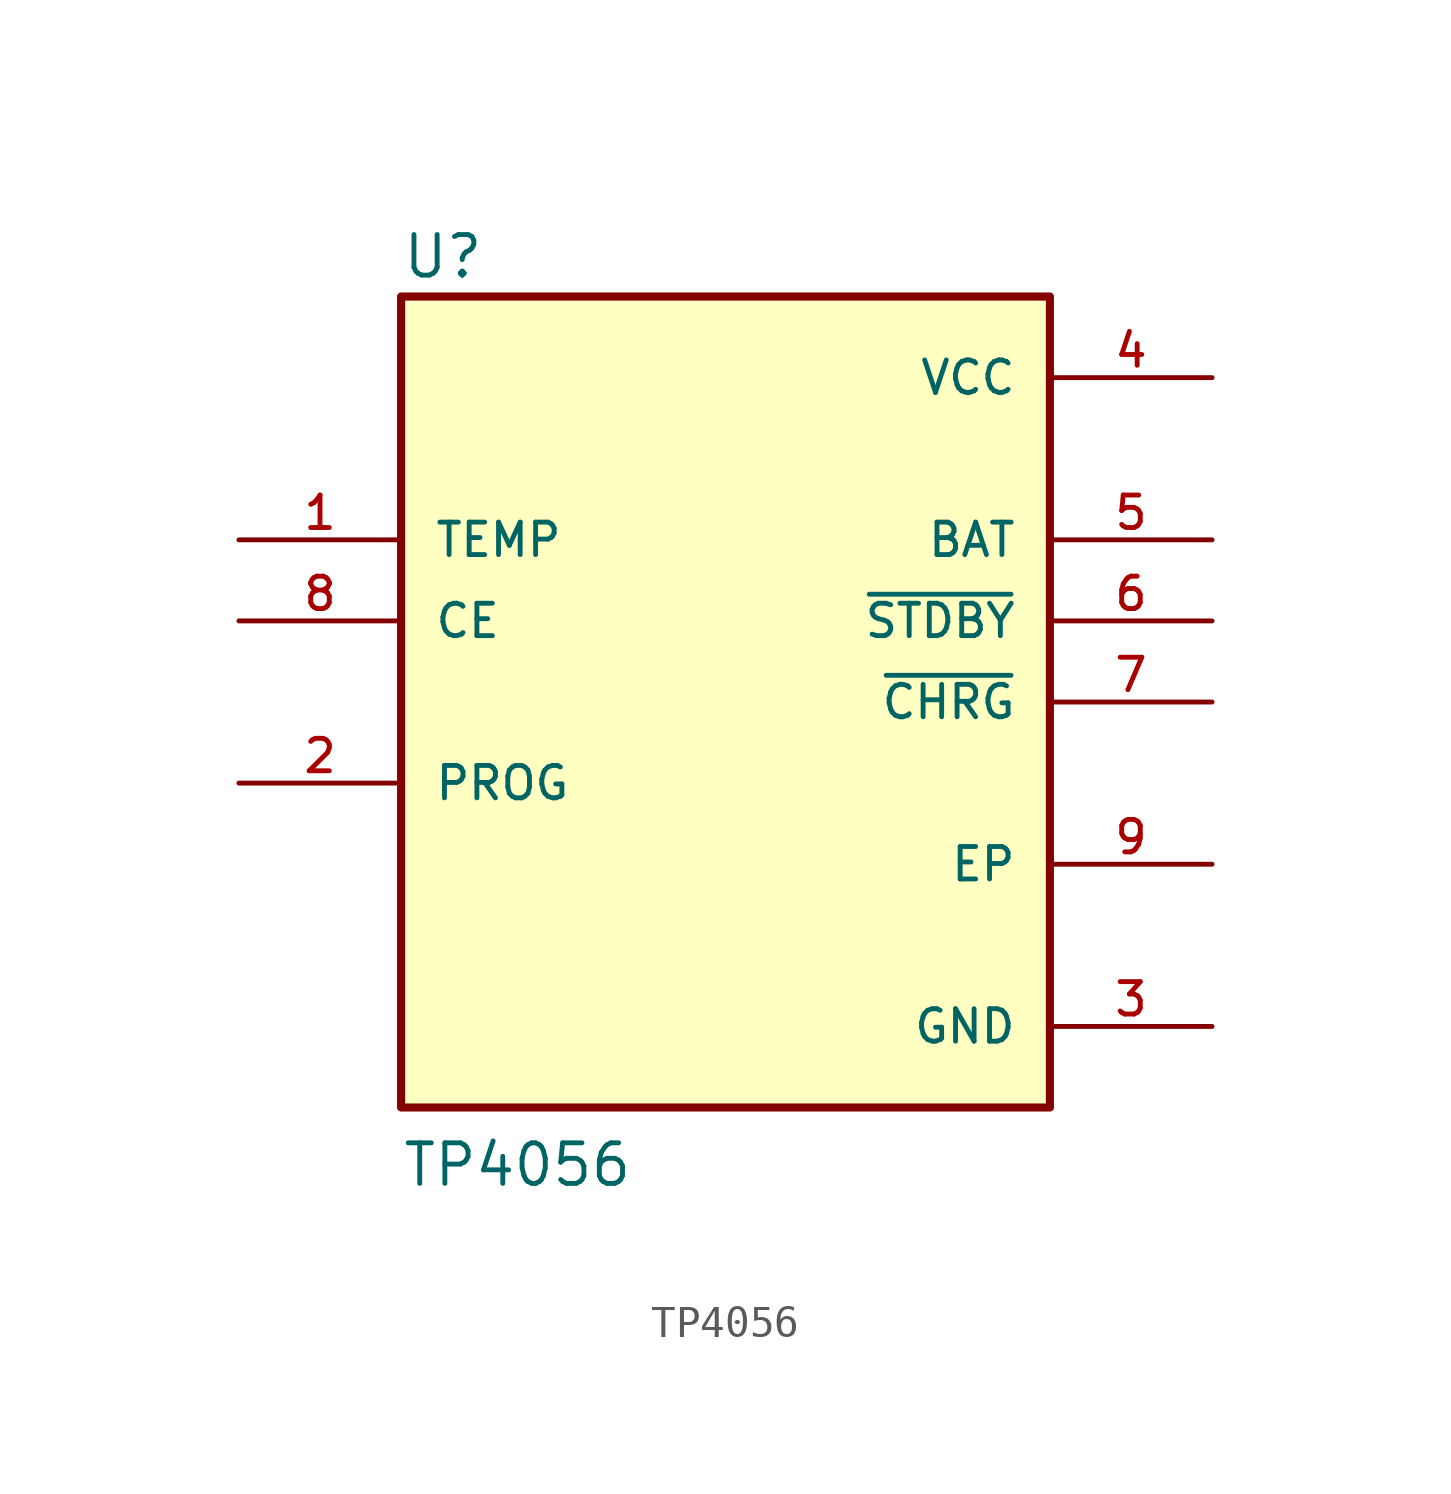
<source format=kicad_sym>
(kicad_symbol_lib
  (version 20220914)
  (generator kicad_symbol_editor)
  (symbol "TP4056"
    (pin_names
      (offset 1.016))
    (property "Reference" "U"
      (at -10.16 13.208 0)
      (effects (font (size 1.27 1.27)) (justify left bottom)))
    (property "Value" "TP4056"
      (at -10.16 -15.24 0)
      (effects (font (size 1.27 1.27)) (justify left bottom)))
    (symbol "TP4056_0_0"
      (rectangle (start -10.16 -12.7) (end 10.16 12.7) (stroke (width 0.254) (type default)) (fill (type background)))
      (pin input line (at -15.24 5.08 0) (length 5.08) (name "TEMP" (effects (font (size 1.016 1.016)))) (number "1" (effects (font (size 1.016 1.016)))))
      (pin bidirectional line (at -15.24 -2.54 0) (length 5.08) (name "PROG" (effects (font (size 1.016 1.016)))) (number "2" (effects (font (size 1.016 1.016)))))
      (pin power_in line (at 15.24 -10.16 180) (length 5.08) (name "GND" (effects (font (size 1.016 1.016)))) (number "3" (effects (font (size 1.016 1.016)))))
      (pin power_in line (at 15.24 10.16 180) (length 5.08) (name "VCC" (effects (font (size 1.016 1.016)))) (number "4" (effects (font (size 1.016 1.016)))))
      (pin output line (at 15.24 2.54 180) (length 5.08) (name "~{STDBY}" (effects (font (size 1.016 1.016)))) (number "6" (effects (font (size 1.016 1.016)))))
      (pin output line (at 15.24 0 180) (length 5.08) (name "~{CHRG}" (effects (font (size 1.016 1.016)))) (number "7" (effects (font (size 1.016 1.016)))))
      (pin input line (at -15.24 2.54 0) (length 5.08) (name "CE" (effects (font (size 1.016 1.016)))) (number "8" (effects (font (size 1.016 1.016)))))
      (pin passive line (at 15.24 -5.08 180) (length 5.08) (name "EP" (effects (font (size 1.016 1.016)))) (number "9" (effects (font (size 1.016 1.016))))))
    (symbol "TP4056_1_0"
      (pin input line (at 15.24 5.08 180) (length 5.08) (name "BAT" (effects (font (size 1.016 1.016)))) (number "5" (effects (font (size 1.016 1.016))))))))
</source>
